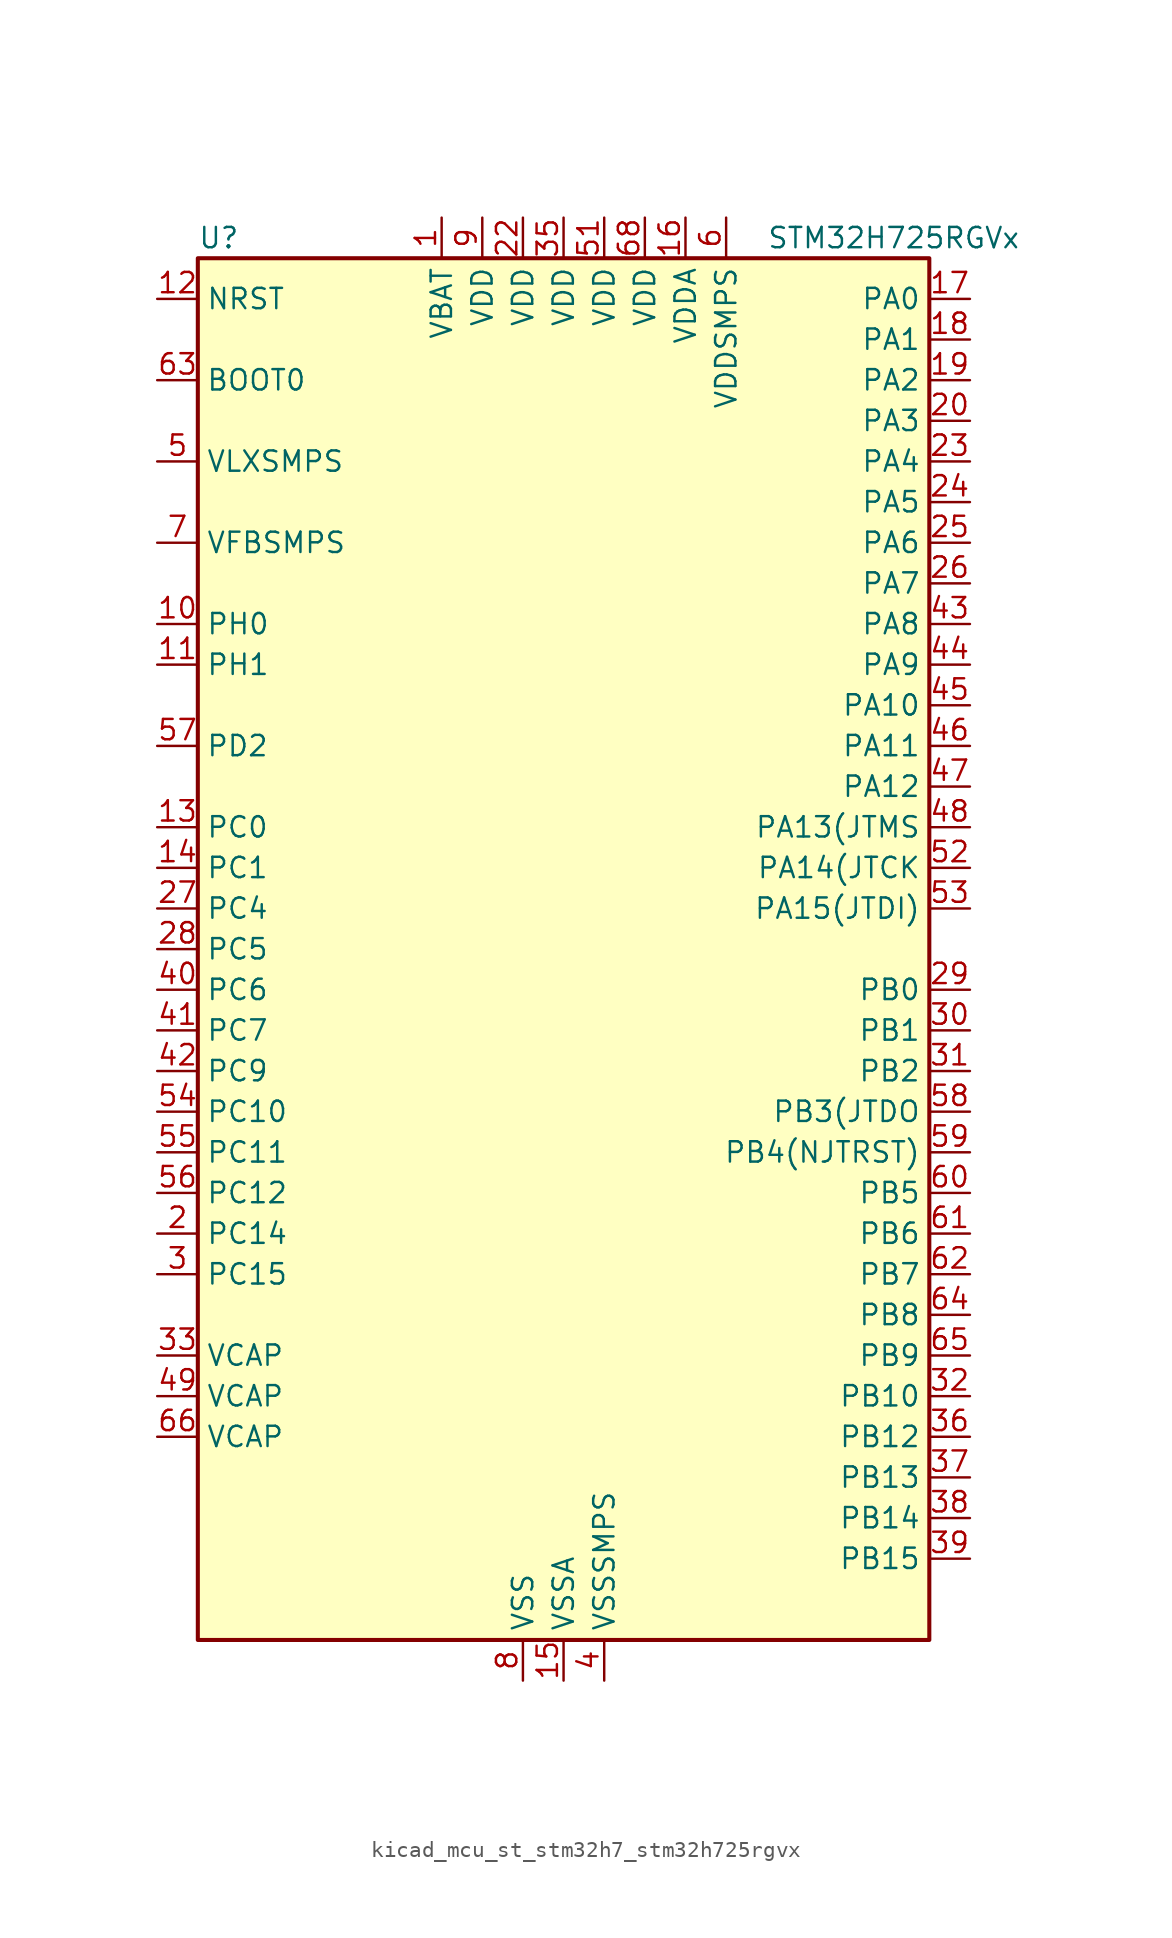
<source format=kicad_sym>
(kicad_symbol_lib
  (version 20220914)
  (generator kicad_symbol_editor)
  (symbol "kicad_mcu_st_stm32h7_stm32h725rgvx"
    (property "Reference" "U"
      (at -22.86 44.45 0)
      (effects (font (size 1.27 1.27)) (justify left)))
    (property "Value" "STM32H725RGVx"
      (at 12.7 44.45 0)
      (effects (font (size 1.27 1.27)) (justify left)))
    (property "ki_locked" ""
      (at 0 0 0)
      (effects (font (size 1.27 1.27))))
    (symbol "kicad_mcu_st_stm32h7_stm32h725rgvx_0_1"
      (rectangle (start -22.86 -43.18) (end 22.86 43.18) (stroke (width 0.254) (type default)) (fill (type background))))
    (symbol "kicad_mcu_st_stm32h7_stm32h725rgvx_1_1"
      (pin power_in line (at -7.62 45.72 270) (length 2.54) (name "VBAT" (effects (font (size 1.27 1.27)))) (number "1" (effects (font (size 1.27 1.27)))))
      (pin bidirectional line (at -25.4 20.32 0) (length 2.54) (name "PH0" (effects (font (size 1.27 1.27)))) (number "10" (effects (font (size 1.27 1.27)))) (alternate "RCC_OSC_IN" bidirectional line))
      (pin bidirectional line (at -25.4 17.78 0) (length 2.54) (name "PH1" (effects (font (size 1.27 1.27)))) (number "11" (effects (font (size 1.27 1.27)))) (alternate "RCC_OSC_OUT" bidirectional line))
      (pin input line (at -25.4 40.64 0) (length 2.54) (name "NRST" (effects (font (size 1.27 1.27)))) (number "12" (effects (font (size 1.27 1.27)))))
      (pin bidirectional line (at -25.4 7.62 0) (length 2.54) (name "PC0" (effects (font (size 1.27 1.27)))) (number "13" (effects (font (size 1.27 1.27)))) (alternate "ADC1_INP10" bidirectional line) (alternate "ADC2_INP10" bidirectional line) (alternate "ADC3_INP10" bidirectional line) (alternate "DFSDM1_CKIN0" bidirectional line) (alternate "DFSDM1_DATIN4" bidirectional line) (alternate "LTDC_G2" bidirectional line) (alternate "LTDC_R5" bidirectional line) (alternate "SAI4_FS_B" bidirectional line) (alternate "USB_OTG_HS_ULPI_STP" bidirectional line))
      (pin bidirectional line (at -25.4 5.08 0) (length 2.54) (name "PC1" (effects (font (size 1.27 1.27)))) (number "14" (effects (font (size 1.27 1.27)))) (alternate "ADC1_INN10" bidirectional line) (alternate "ADC1_INP11" bidirectional line) (alternate "ADC2_INN10" bidirectional line) (alternate "ADC2_INP11" bidirectional line) (alternate "ADC3_INN10" bidirectional line) (alternate "ADC3_INP11" bidirectional line) (alternate "DEBUG_TRACED0" bidirectional line) (alternate "DFSDM1_CKIN4" bidirectional line) (alternate "DFSDM1_DATIN0" bidirectional line) (alternate "I2S2_SDO" bidirectional line) (alternate "LTDC_G5" bidirectional line) (alternate "MDIOS_MDC" bidirectional line) (alternate "OCTOSPIM_P1_IO4" bidirectional line) (alternate "PWR_WKUP6" bidirectional line) (alternate "RTC_TAMP3" bidirectional line) (alternate "SAI4_D1" bidirectional line) (alternate "SAI4_SD_A" bidirectional line) (alternate "SDMMC2_CK" bidirectional line) (alternate "SPI2_MOSI" bidirectional line))
      (pin power_in line (at 0 -45.72 90) (length 2.54) (name "VSSA" (effects (font (size 1.27 1.27)))) (number "15" (effects (font (size 1.27 1.27)))))
      (pin power_in line (at 7.62 45.72 270) (length 2.54) (name "VDDA" (effects (font (size 1.27 1.27)))) (number "16" (effects (font (size 1.27 1.27)))))
      (pin bidirectional line (at 25.4 40.64 180) (length 2.54) (name "PA0" (effects (font (size 1.27 1.27)))) (number "17" (effects (font (size 1.27 1.27)))) (alternate "ADC1_INP16" bidirectional line) (alternate "I2S6_WS" bidirectional line) (alternate "PWR_WKUP1" bidirectional line) (alternate "SAI4_SD_B" bidirectional line) (alternate "SDMMC2_CMD" bidirectional line) (alternate "SPI6_NSS" bidirectional line) (alternate "TIM15_BKIN" bidirectional line) (alternate "TIM2_CH1" bidirectional line) (alternate "TIM2_ETR" bidirectional line) (alternate "TIM5_CH1" bidirectional line) (alternate "TIM8_ETR" bidirectional line) (alternate "UART4_TX" bidirectional line) (alternate "USART2_CTS" bidirectional line) (alternate "USART2_NSS" bidirectional line))
      (pin bidirectional line (at 25.4 38.1 180) (length 2.54) (name "PA1" (effects (font (size 1.27 1.27)))) (number "18" (effects (font (size 1.27 1.27)))) (alternate "ADC1_INN16" bidirectional line) (alternate "ADC1_INP17" bidirectional line) (alternate "LPTIM3_OUT" bidirectional line) (alternate "LTDC_R2" bidirectional line) (alternate "OCTOSPIM_P1_DQS" bidirectional line) (alternate "OCTOSPIM_P1_IO3" bidirectional line) (alternate "SAI4_MCLK_B" bidirectional line) (alternate "TIM15_CH1N" bidirectional line) (alternate "TIM2_CH2" bidirectional line) (alternate "TIM5_CH2" bidirectional line) (alternate "UART4_RX" bidirectional line) (alternate "USART2_DE" bidirectional line) (alternate "USART2_RTS" bidirectional line))
      (pin bidirectional line (at 25.4 35.56 180) (length 2.54) (name "PA2" (effects (font (size 1.27 1.27)))) (number "19" (effects (font (size 1.27 1.27)))) (alternate "ADC1_INP14" bidirectional line) (alternate "ADC2_INP14" bidirectional line) (alternate "LPTIM4_OUT" bidirectional line) (alternate "LTDC_R1" bidirectional line) (alternate "MDIOS_MDIO" bidirectional line) (alternate "OCTOSPIM_P1_IO0" bidirectional line) (alternate "PWR_WKUP2" bidirectional line) (alternate "SAI4_SCK_B" bidirectional line) (alternate "TIM15_CH1" bidirectional line) (alternate "TIM2_CH3" bidirectional line) (alternate "TIM5_CH3" bidirectional line) (alternate "USART2_TX" bidirectional line))
      (pin bidirectional line (at -25.4 -17.78 0) (length 2.54) (name "PC14" (effects (font (size 1.27 1.27)))) (number "2" (effects (font (size 1.27 1.27)))) (alternate "RCC_OSC32_IN" bidirectional line))
      (pin bidirectional line (at 25.4 33.02 180) (length 2.54) (name "PA3" (effects (font (size 1.27 1.27)))) (number "20" (effects (font (size 1.27 1.27)))) (alternate "ADC1_INP15" bidirectional line) (alternate "ADC2_INP15" bidirectional line) (alternate "I2S6_MCK" bidirectional line) (alternate "LPTIM5_OUT" bidirectional line) (alternate "LTDC_B2" bidirectional line) (alternate "LTDC_B5" bidirectional line) (alternate "OCTOSPIM_P1_CLK" bidirectional line) (alternate "OCTOSPIM_P1_IO2" bidirectional line) (alternate "TIM15_CH2" bidirectional line) (alternate "TIM2_CH4" bidirectional line) (alternate "TIM5_CH4" bidirectional line) (alternate "USART2_RX" bidirectional line) (alternate "USB_OTG_HS_ULPI_D0" bidirectional line))
      (pin passive line (at -2.54 -45.72 90) (length 2.54) hide (name "VSS" (effects (font (size 1.27 1.27)))) (number "21" (effects (font (size 1.27 1.27)))))
      (pin power_in line (at -2.54 45.72 270) (length 2.54) (name "VDD" (effects (font (size 1.27 1.27)))) (number "22" (effects (font (size 1.27 1.27)))))
      (pin bidirectional line (at 25.4 30.48 180) (length 2.54) (name "PA4" (effects (font (size 1.27 1.27)))) (number "23" (effects (font (size 1.27 1.27)))) (alternate "ADC1_INP18" bidirectional line) (alternate "ADC2_INP18" bidirectional line) (alternate "DAC1_OUT1" bidirectional line) (alternate "DCMI_HSYNC" bidirectional line) (alternate "I2S1_WS" bidirectional line) (alternate "I2S3_WS" bidirectional line) (alternate "I2S6_WS" bidirectional line) (alternate "LTDC_VSYNC" bidirectional line) (alternate "PSSI_DE" bidirectional line) (alternate "SPI1_NSS" bidirectional line) (alternate "SPI3_NSS" bidirectional line) (alternate "SPI6_NSS" bidirectional line) (alternate "TIM5_ETR" bidirectional line) (alternate "USART2_CK" bidirectional line))
      (pin bidirectional line (at 25.4 27.94 180) (length 2.54) (name "PA5" (effects (font (size 1.27 1.27)))) (number "24" (effects (font (size 1.27 1.27)))) (alternate "ADC1_INN18" bidirectional line) (alternate "ADC1_INP19" bidirectional line) (alternate "ADC2_INN18" bidirectional line) (alternate "ADC2_INP19" bidirectional line) (alternate "DAC1_OUT2" bidirectional line) (alternate "I2S1_CK" bidirectional line) (alternate "I2S6_CK" bidirectional line) (alternate "LTDC_R4" bidirectional line) (alternate "PSSI_D14" bidirectional line) (alternate "PWR_NDSTOP2" bidirectional line) (alternate "SPI1_SCK" bidirectional line) (alternate "SPI6_SCK" bidirectional line) (alternate "TIM2_CH1" bidirectional line) (alternate "TIM2_ETR" bidirectional line) (alternate "TIM8_CH1N" bidirectional line) (alternate "USB_OTG_HS_ULPI_CK" bidirectional line))
      (pin bidirectional line (at 25.4 25.4 180) (length 2.54) (name "PA6" (effects (font (size 1.27 1.27)))) (number "25" (effects (font (size 1.27 1.27)))) (alternate "ADC1_INP3" bidirectional line) (alternate "ADC2_INP3" bidirectional line) (alternate "DCMI_PIXCLK" bidirectional line) (alternate "I2S1_SDI" bidirectional line) (alternate "I2S6_SDI" bidirectional line) (alternate "LTDC_G2" bidirectional line) (alternate "MDIOS_MDC" bidirectional line) (alternate "OCTOSPIM_P1_IO3" bidirectional line) (alternate "PSSI_PDCK" bidirectional line) (alternate "SPI1_MISO" bidirectional line) (alternate "SPI6_MISO" bidirectional line) (alternate "TIM13_CH1" bidirectional line) (alternate "TIM1_BKIN" bidirectional line) (alternate "TIM1_BKIN_COMP1" bidirectional line) (alternate "TIM1_BKIN_COMP2" bidirectional line) (alternate "TIM3_CH1" bidirectional line) (alternate "TIM8_BKIN" bidirectional line) (alternate "TIM8_BKIN_COMP1" bidirectional line) (alternate "TIM8_BKIN_COMP2" bidirectional line))
      (pin bidirectional line (at 25.4 22.86 180) (length 2.54) (name "PA7" (effects (font (size 1.27 1.27)))) (number "26" (effects (font (size 1.27 1.27)))) (alternate "ADC1_INN3" bidirectional line) (alternate "ADC1_INP7" bidirectional line) (alternate "ADC2_INN3" bidirectional line) (alternate "ADC2_INP7" bidirectional line) (alternate "I2S1_SDO" bidirectional line) (alternate "I2S6_SDO" bidirectional line) (alternate "LTDC_VSYNC" bidirectional line) (alternate "OCTOSPIM_P1_IO2" bidirectional line) (alternate "OPAMP1_VINM" bidirectional line) (alternate "SPI1_MOSI" bidirectional line) (alternate "SPI6_MOSI" bidirectional line) (alternate "TIM14_CH1" bidirectional line) (alternate "TIM1_CH1N" bidirectional line) (alternate "TIM3_CH2" bidirectional line) (alternate "TIM8_CH1N" bidirectional line))
      (pin bidirectional line (at -25.4 2.54 0) (length 2.54) (name "PC4" (effects (font (size 1.27 1.27)))) (number "27" (effects (font (size 1.27 1.27)))) (alternate "ADC1_INP4" bidirectional line) (alternate "ADC2_INP4" bidirectional line) (alternate "COMP1_INM" bidirectional line) (alternate "DFSDM1_CKIN2" bidirectional line) (alternate "I2S1_MCK" bidirectional line) (alternate "LTDC_R7" bidirectional line) (alternate "OPAMP1_VOUT" bidirectional line) (alternate "SDMMC2_CKIN" bidirectional line) (alternate "SPDIFRX1_IN2" bidirectional line))
      (pin bidirectional line (at -25.4 0 0) (length 2.54) (name "PC5" (effects (font (size 1.27 1.27)))) (number "28" (effects (font (size 1.27 1.27)))) (alternate "ADC1_INN4" bidirectional line) (alternate "ADC1_INP8" bidirectional line) (alternate "ADC2_INN4" bidirectional line) (alternate "ADC2_INP8" bidirectional line) (alternate "COMP1_OUT" bidirectional line) (alternate "DFSDM1_DATIN2" bidirectional line) (alternate "LTDC_DE" bidirectional line) (alternate "OCTOSPIM_P1_DQS" bidirectional line) (alternate "OPAMP1_VINM" bidirectional line) (alternate "PSSI_D15" bidirectional line) (alternate "SAI4_D3" bidirectional line) (alternate "SPDIFRX1_IN3" bidirectional line))
      (pin bidirectional line (at 25.4 -2.54 180) (length 2.54) (name "PB0" (effects (font (size 1.27 1.27)))) (number "29" (effects (font (size 1.27 1.27)))) (alternate "ADC1_INN5" bidirectional line) (alternate "ADC1_INP9" bidirectional line) (alternate "ADC2_INN5" bidirectional line) (alternate "ADC2_INP9" bidirectional line) (alternate "COMP1_INP" bidirectional line) (alternate "DFSDM1_CKOUT" bidirectional line) (alternate "LTDC_G1" bidirectional line) (alternate "LTDC_R3" bidirectional line) (alternate "OCTOSPIM_P1_IO1" bidirectional line) (alternate "OPAMP1_VINP" bidirectional line) (alternate "TIM1_CH2N" bidirectional line) (alternate "TIM3_CH3" bidirectional line) (alternate "TIM8_CH2N" bidirectional line) (alternate "UART4_CTS" bidirectional line) (alternate "USB_OTG_HS_ULPI_D1" bidirectional line))
      (pin bidirectional line (at -25.4 -20.32 0) (length 2.54) (name "PC15" (effects (font (size 1.27 1.27)))) (number "3" (effects (font (size 1.27 1.27)))) (alternate "ADC1_EXTI15" bidirectional line) (alternate "ADC2_EXTI15" bidirectional line) (alternate "ADC3_EXTI15" bidirectional line) (alternate "RCC_OSC32_OUT" bidirectional line))
      (pin bidirectional line (at 25.4 -5.08 180) (length 2.54) (name "PB1" (effects (font (size 1.27 1.27)))) (number "30" (effects (font (size 1.27 1.27)))) (alternate "ADC1_INP5" bidirectional line) (alternate "ADC2_INP5" bidirectional line) (alternate "COMP1_INM" bidirectional line) (alternate "DFSDM1_DATIN1" bidirectional line) (alternate "LTDC_G0" bidirectional line) (alternate "LTDC_R6" bidirectional line) (alternate "OCTOSPIM_P1_IO0" bidirectional line) (alternate "TIM1_CH3N" bidirectional line) (alternate "TIM3_CH4" bidirectional line) (alternate "TIM8_CH3N" bidirectional line) (alternate "USB_OTG_HS_ULPI_D2" bidirectional line))
      (pin bidirectional line (at 25.4 -7.62 180) (length 2.54) (name "PB2" (effects (font (size 1.27 1.27)))) (number "31" (effects (font (size 1.27 1.27)))) (alternate "COMP1_INP" bidirectional line) (alternate "DFSDM1_CKIN1" bidirectional line) (alternate "I2S3_SDO" bidirectional line) (alternate "OCTOSPIM_P1_CLK" bidirectional line) (alternate "OCTOSPIM_P1_DQS" bidirectional line) (alternate "RTC_OUT_ALARM" bidirectional line) (alternate "RTC_OUT_CALIB" bidirectional line) (alternate "SAI4_D1" bidirectional line) (alternate "SAI4_SD_A" bidirectional line) (alternate "SPI3_MOSI" bidirectional line) (alternate "TIM23_ETR" bidirectional line))
      (pin bidirectional line (at 25.4 -27.94 180) (length 2.54) (name "PB10" (effects (font (size 1.27 1.27)))) (number "32" (effects (font (size 1.27 1.27)))) (alternate "DFSDM1_DATIN7" bidirectional line) (alternate "I2C2_SCL" bidirectional line) (alternate "I2S2_CK" bidirectional line) (alternate "LPTIM2_IN1" bidirectional line) (alternate "LTDC_G4" bidirectional line) (alternate "OCTOSPIM_P1_NCS" bidirectional line) (alternate "SPI2_SCK" bidirectional line) (alternate "TIM2_CH3" bidirectional line) (alternate "USART3_TX" bidirectional line) (alternate "USB_OTG_HS_ULPI_D3" bidirectional line))
      (pin power_out line (at -25.4 -25.4 0) (length 2.54) (name "VCAP" (effects (font (size 1.27 1.27)))) (number "33" (effects (font (size 1.27 1.27)))))
      (pin passive line (at -2.54 -45.72 90) (length 2.54) hide (name "VSS" (effects (font (size 1.27 1.27)))) (number "34" (effects (font (size 1.27 1.27)))))
      (pin power_in line (at 0 45.72 270) (length 2.54) (name "VDD" (effects (font (size 1.27 1.27)))) (number "35" (effects (font (size 1.27 1.27)))))
      (pin bidirectional line (at 25.4 -30.48 180) (length 2.54) (name "PB12" (effects (font (size 1.27 1.27)))) (number "36" (effects (font (size 1.27 1.27)))) (alternate "DFSDM1_DATIN1" bidirectional line) (alternate "FDCAN2_RX" bidirectional line) (alternate "I2C2_SMBA" bidirectional line) (alternate "I2S2_WS" bidirectional line) (alternate "OCTOSPIM_P1_IO0" bidirectional line) (alternate "OCTOSPIM_P1_NCLK" bidirectional line) (alternate "SPI2_NSS" bidirectional line) (alternate "TIM1_BKIN" bidirectional line) (alternate "TIM1_BKIN_COMP1" bidirectional line) (alternate "TIM1_BKIN_COMP2" bidirectional line) (alternate "UART5_RX" bidirectional line) (alternate "USART3_CK" bidirectional line) (alternate "USB_OTG_HS_ULPI_D5" bidirectional line))
      (pin bidirectional line (at 25.4 -33.02 180) (length 2.54) (name "PB13" (effects (font (size 1.27 1.27)))) (number "37" (effects (font (size 1.27 1.27)))) (alternate "DCMI_D2" bidirectional line) (alternate "DFSDM1_CKIN1" bidirectional line) (alternate "FDCAN2_TX" bidirectional line) (alternate "I2S2_CK" bidirectional line) (alternate "LPTIM2_OUT" bidirectional line) (alternate "OCTOSPIM_P1_IO2" bidirectional line) (alternate "PSSI_D2" bidirectional line) (alternate "SDMMC1_D0" bidirectional line) (alternate "SPI2_SCK" bidirectional line) (alternate "TIM1_CH1N" bidirectional line) (alternate "UART5_TX" bidirectional line) (alternate "USART3_CTS" bidirectional line) (alternate "USART3_NSS" bidirectional line) (alternate "USB_OTG_HS_ULPI_D6" bidirectional line))
      (pin bidirectional line (at 25.4 -35.56 180) (length 2.54) (name "PB14" (effects (font (size 1.27 1.27)))) (number "38" (effects (font (size 1.27 1.27)))) (alternate "DFSDM1_DATIN2" bidirectional line) (alternate "I2S2_SDI" bidirectional line) (alternate "LTDC_CLK" bidirectional line) (alternate "SDMMC2_D0" bidirectional line) (alternate "SPI2_MISO" bidirectional line) (alternate "TIM12_CH1" bidirectional line) (alternate "TIM1_CH2N" bidirectional line) (alternate "TIM8_CH2N" bidirectional line) (alternate "UART4_DE" bidirectional line) (alternate "UART4_RTS" bidirectional line) (alternate "USART1_TX" bidirectional line) (alternate "USART3_DE" bidirectional line) (alternate "USART3_RTS" bidirectional line))
      (pin bidirectional line (at 25.4 -38.1 180) (length 2.54) (name "PB15" (effects (font (size 1.27 1.27)))) (number "39" (effects (font (size 1.27 1.27)))) (alternate "ADC1_EXTI15" bidirectional line) (alternate "ADC2_EXTI15" bidirectional line) (alternate "ADC3_EXTI15" bidirectional line) (alternate "DFSDM1_CKIN2" bidirectional line) (alternate "I2S2_SDO" bidirectional line) (alternate "LTDC_G7" bidirectional line) (alternate "RTC_REFIN" bidirectional line) (alternate "SDMMC2_D1" bidirectional line) (alternate "SPI2_MOSI" bidirectional line) (alternate "TIM12_CH2" bidirectional line) (alternate "TIM1_CH3N" bidirectional line) (alternate "TIM8_CH3N" bidirectional line) (alternate "UART4_CTS" bidirectional line) (alternate "USART1_RX" bidirectional line))
      (pin power_in line (at 2.54 -45.72 90) (length 2.54) (name "VSSSMPS" (effects (font (size 1.27 1.27)))) (number "4" (effects (font (size 1.27 1.27)))))
      (pin bidirectional line (at -25.4 -2.54 0) (length 2.54) (name "PC6" (effects (font (size 1.27 1.27)))) (number "40" (effects (font (size 1.27 1.27)))) (alternate "DCMI_D0" bidirectional line) (alternate "DFSDM1_CKIN3" bidirectional line) (alternate "I2S2_MCK" bidirectional line) (alternate "LTDC_HSYNC" bidirectional line) (alternate "PSSI_D0" bidirectional line) (alternate "SDMMC1_D0DIR" bidirectional line) (alternate "SDMMC1_D6" bidirectional line) (alternate "SDMMC2_D6" bidirectional line) (alternate "SWPMI1_IO" bidirectional line) (alternate "TIM3_CH1" bidirectional line) (alternate "TIM8_CH1" bidirectional line))
      (pin bidirectional line (at -25.4 -5.08 0) (length 2.54) (name "PC7" (effects (font (size 1.27 1.27)))) (number "41" (effects (font (size 1.27 1.27)))) (alternate "DCMI_D1" bidirectional line) (alternate "DEBUG_TRGIO" bidirectional line) (alternate "DFSDM1_DATIN3" bidirectional line) (alternate "I2S3_MCK" bidirectional line) (alternate "LTDC_G6" bidirectional line) (alternate "PSSI_D1" bidirectional line) (alternate "SDMMC1_D123DIR" bidirectional line) (alternate "SDMMC1_D7" bidirectional line) (alternate "SDMMC2_D7" bidirectional line) (alternate "SWPMI1_TX" bidirectional line) (alternate "TIM3_CH2" bidirectional line) (alternate "TIM8_CH2" bidirectional line))
      (pin bidirectional line (at -25.4 -7.62 0) (length 2.54) (name "PC9" (effects (font (size 1.27 1.27)))) (number "42" (effects (font (size 1.27 1.27)))) (alternate "DAC1_EXTI9" bidirectional line) (alternate "DCMI_D3" bidirectional line) (alternate "I2C3_SDA" bidirectional line) (alternate "I2S_CKIN" bidirectional line) (alternate "LTDC_B2" bidirectional line) (alternate "LTDC_G3" bidirectional line) (alternate "OCTOSPIM_P1_IO0" bidirectional line) (alternate "PSSI_D3" bidirectional line) (alternate "RCC_MCO_2" bidirectional line) (alternate "SDMMC1_D1" bidirectional line) (alternate "SWPMI1_SUSPEND" bidirectional line) (alternate "TIM3_CH4" bidirectional line) (alternate "TIM8_CH4" bidirectional line) (alternate "UART5_CTS" bidirectional line))
      (pin bidirectional line (at 25.4 20.32 180) (length 2.54) (name "PA8" (effects (font (size 1.27 1.27)))) (number "43" (effects (font (size 1.27 1.27)))) (alternate "I2C3_SCL" bidirectional line) (alternate "LTDC_B3" bidirectional line) (alternate "LTDC_R6" bidirectional line) (alternate "RCC_MCO_1" bidirectional line) (alternate "TIM1_CH1" bidirectional line) (alternate "TIM8_BKIN2" bidirectional line) (alternate "TIM8_BKIN2_COMP1" bidirectional line) (alternate "TIM8_BKIN2_COMP2" bidirectional line) (alternate "UART7_RX" bidirectional line) (alternate "USART1_CK" bidirectional line) (alternate "USB_OTG_HS_SOF" bidirectional line))
      (pin bidirectional line (at 25.4 17.78 180) (length 2.54) (name "PA9" (effects (font (size 1.27 1.27)))) (number "44" (effects (font (size 1.27 1.27)))) (alternate "DAC1_EXTI9" bidirectional line) (alternate "DCMI_D0" bidirectional line) (alternate "I2C3_SMBA" bidirectional line) (alternate "I2S2_CK" bidirectional line) (alternate "LPUART1_TX" bidirectional line) (alternate "LTDC_R5" bidirectional line) (alternate "PSSI_D0" bidirectional line) (alternate "SPI2_SCK" bidirectional line) (alternate "TIM1_CH2" bidirectional line) (alternate "USART1_TX" bidirectional line) (alternate "USB_OTG_HS_VBUS" bidirectional line))
      (pin bidirectional line (at 25.4 15.24 180) (length 2.54) (name "PA10" (effects (font (size 1.27 1.27)))) (number "45" (effects (font (size 1.27 1.27)))) (alternate "DCMI_D1" bidirectional line) (alternate "LPUART1_RX" bidirectional line) (alternate "LTDC_B1" bidirectional line) (alternate "LTDC_B4" bidirectional line) (alternate "MDIOS_MDIO" bidirectional line) (alternate "PSSI_D1" bidirectional line) (alternate "TIM1_CH3" bidirectional line) (alternate "USART1_RX" bidirectional line) (alternate "USB_OTG_HS_ID" bidirectional line))
      (pin bidirectional line (at 25.4 12.7 180) (length 2.54) (name "PA11" (effects (font (size 1.27 1.27)))) (number "46" (effects (font (size 1.27 1.27)))) (alternate "ADC1_EXTI11" bidirectional line) (alternate "ADC2_EXTI11" bidirectional line) (alternate "ADC3_EXTI11" bidirectional line) (alternate "FDCAN1_RX" bidirectional line) (alternate "I2S2_WS" bidirectional line) (alternate "LPUART1_CTS" bidirectional line) (alternate "LTDC_R4" bidirectional line) (alternate "SPI2_NSS" bidirectional line) (alternate "TIM1_CH4" bidirectional line) (alternate "UART4_RX" bidirectional line) (alternate "USART1_CTS" bidirectional line) (alternate "USART1_NSS" bidirectional line) (alternate "USB_OTG_HS_DM" bidirectional line))
      (pin bidirectional line (at 25.4 10.16 180) (length 2.54) (name "PA12" (effects (font (size 1.27 1.27)))) (number "47" (effects (font (size 1.27 1.27)))) (alternate "FDCAN1_TX" bidirectional line) (alternate "I2S2_CK" bidirectional line) (alternate "LPUART1_DE" bidirectional line) (alternate "LPUART1_RTS" bidirectional line) (alternate "LTDC_R5" bidirectional line) (alternate "SAI4_FS_B" bidirectional line) (alternate "SPI2_SCK" bidirectional line) (alternate "TIM1_BKIN2" bidirectional line) (alternate "TIM1_ETR" bidirectional line) (alternate "UART4_TX" bidirectional line) (alternate "USART1_DE" bidirectional line) (alternate "USART1_RTS" bidirectional line) (alternate "USB_OTG_HS_DP" bidirectional line))
      (pin bidirectional line (at 25.4 7.62 180) (length 2.54) (name "PA13(JTMS" (effects (font (size 1.27 1.27)))) (number "48" (effects (font (size 1.27 1.27)))) (alternate "DEBUG_JTMS-SWDIO" bidirectional line))
      (pin power_out line (at -25.4 -27.94 0) (length 2.54) (name "VCAP" (effects (font (size 1.27 1.27)))) (number "49" (effects (font (size 1.27 1.27)))))
      (pin power_in line (at -25.4 30.48 0) (length 2.54) (name "VLXSMPS" (effects (font (size 1.27 1.27)))) (number "5" (effects (font (size 1.27 1.27)))))
      (pin passive line (at -2.54 -45.72 90) (length 2.54) hide (name "VSS" (effects (font (size 1.27 1.27)))) (number "50" (effects (font (size 1.27 1.27)))))
      (pin power_in line (at 2.54 45.72 270) (length 2.54) (name "VDD" (effects (font (size 1.27 1.27)))) (number "51" (effects (font (size 1.27 1.27)))))
      (pin bidirectional line (at 25.4 5.08 180) (length 2.54) (name "PA14(JTCK" (effects (font (size 1.27 1.27)))) (number "52" (effects (font (size 1.27 1.27)))) (alternate "DEBUG_JTCK-SWCLK" bidirectional line))
      (pin bidirectional line (at 25.4 2.54 180) (length 2.54) (name "PA15(JTDI)" (effects (font (size 1.27 1.27)))) (number "53" (effects (font (size 1.27 1.27)))) (alternate "ADC1_EXTI15" bidirectional line) (alternate "ADC2_EXTI15" bidirectional line) (alternate "ADC3_EXTI15" bidirectional line) (alternate "CEC" bidirectional line) (alternate "DEBUG_JTDI" bidirectional line) (alternate "I2S1_WS" bidirectional line) (alternate "I2S3_WS" bidirectional line) (alternate "I2S6_WS" bidirectional line) (alternate "LTDC_B6" bidirectional line) (alternate "LTDC_R3" bidirectional line) (alternate "SPI1_NSS" bidirectional line) (alternate "SPI3_NSS" bidirectional line) (alternate "SPI6_NSS" bidirectional line) (alternate "TIM2_CH1" bidirectional line) (alternate "TIM2_ETR" bidirectional line) (alternate "UART4_DE" bidirectional line) (alternate "UART4_RTS" bidirectional line) (alternate "UART7_TX" bidirectional line))
      (pin bidirectional line (at -25.4 -10.16 0) (length 2.54) (name "PC10" (effects (font (size 1.27 1.27)))) (number "54" (effects (font (size 1.27 1.27)))) (alternate "DCMI_D8" bidirectional line) (alternate "DFSDM1_CKIN5" bidirectional line) (alternate "I2S3_CK" bidirectional line) (alternate "LTDC_B1" bidirectional line) (alternate "LTDC_R2" bidirectional line) (alternate "OCTOSPIM_P1_IO1" bidirectional line) (alternate "PSSI_D8" bidirectional line) (alternate "SDMMC1_D2" bidirectional line) (alternate "SPI3_SCK" bidirectional line) (alternate "SWPMI1_RX" bidirectional line) (alternate "UART4_TX" bidirectional line) (alternate "USART3_TX" bidirectional line))
      (pin bidirectional line (at -25.4 -12.7 0) (length 2.54) (name "PC11" (effects (font (size 1.27 1.27)))) (number "55" (effects (font (size 1.27 1.27)))) (alternate "ADC1_EXTI11" bidirectional line) (alternate "ADC2_EXTI11" bidirectional line) (alternate "ADC3_EXTI11" bidirectional line) (alternate "DCMI_D4" bidirectional line) (alternate "DFSDM1_DATIN5" bidirectional line) (alternate "I2S3_SDI" bidirectional line) (alternate "LTDC_B4" bidirectional line) (alternate "OCTOSPIM_P1_NCS" bidirectional line) (alternate "PSSI_D4" bidirectional line) (alternate "SDMMC1_D3" bidirectional line) (alternate "SPI3_MISO" bidirectional line) (alternate "UART4_RX" bidirectional line) (alternate "USART3_RX" bidirectional line))
      (pin bidirectional line (at -25.4 -15.24 0) (length 2.54) (name "PC12" (effects (font (size 1.27 1.27)))) (number "56" (effects (font (size 1.27 1.27)))) (alternate "DCMI_D9" bidirectional line) (alternate "DEBUG_TRACED3" bidirectional line) (alternate "I2S3_SDO" bidirectional line) (alternate "I2S6_CK" bidirectional line) (alternate "LTDC_R6" bidirectional line) (alternate "PSSI_D9" bidirectional line) (alternate "SDMMC1_CK" bidirectional line) (alternate "SPI3_MOSI" bidirectional line) (alternate "SPI6_SCK" bidirectional line) (alternate "TIM15_CH1" bidirectional line) (alternate "UART5_TX" bidirectional line) (alternate "USART3_CK" bidirectional line))
      (pin bidirectional line (at -25.4 12.7 0) (length 2.54) (name "PD2" (effects (font (size 1.27 1.27)))) (number "57" (effects (font (size 1.27 1.27)))) (alternate "DCMI_D11" bidirectional line) (alternate "DEBUG_TRACED2" bidirectional line) (alternate "LTDC_B2" bidirectional line) (alternate "LTDC_B7" bidirectional line) (alternate "PSSI_D11" bidirectional line) (alternate "SDMMC1_CMD" bidirectional line) (alternate "TIM15_BKIN" bidirectional line) (alternate "TIM3_ETR" bidirectional line) (alternate "UART5_RX" bidirectional line))
      (pin bidirectional line (at 25.4 -10.16 180) (length 2.54) (name "PB3(JTDO" (effects (font (size 1.27 1.27)))) (number "58" (effects (font (size 1.27 1.27)))) (alternate "CRS_SYNC" bidirectional line) (alternate "DEBUG_JTDO-SWO" bidirectional line) (alternate "I2S1_CK" bidirectional line) (alternate "I2S3_CK" bidirectional line) (alternate "I2S6_CK" bidirectional line) (alternate "SDMMC2_D2" bidirectional line) (alternate "SPI1_SCK" bidirectional line) (alternate "SPI3_SCK" bidirectional line) (alternate "SPI6_SCK" bidirectional line) (alternate "TIM24_ETR" bidirectional line) (alternate "TIM2_CH2" bidirectional line) (alternate "UART7_RX" bidirectional line))
      (pin bidirectional line (at 25.4 -12.7 180) (length 2.54) (name "PB4(NJTRST)" (effects (font (size 1.27 1.27)))) (number "59" (effects (font (size 1.27 1.27)))) (alternate "DEBUG_JTRST" bidirectional line) (alternate "I2S1_SDI" bidirectional line) (alternate "I2S2_WS" bidirectional line) (alternate "I2S3_SDI" bidirectional line) (alternate "I2S6_SDI" bidirectional line) (alternate "SDMMC2_D3" bidirectional line) (alternate "SPI1_MISO" bidirectional line) (alternate "SPI2_NSS" bidirectional line) (alternate "SPI3_MISO" bidirectional line) (alternate "SPI6_MISO" bidirectional line) (alternate "TIM16_BKIN" bidirectional line) (alternate "TIM3_CH1" bidirectional line) (alternate "UART7_TX" bidirectional line))
      (pin power_in line (at 10.16 45.72 270) (length 2.54) (name "VDDSMPS" (effects (font (size 1.27 1.27)))) (number "6" (effects (font (size 1.27 1.27)))))
      (pin bidirectional line (at 25.4 -15.24 180) (length 2.54) (name "PB5" (effects (font (size 1.27 1.27)))) (number "60" (effects (font (size 1.27 1.27)))) (alternate "DCMI_D10" bidirectional line) (alternate "FDCAN2_RX" bidirectional line) (alternate "I2C1_SMBA" bidirectional line) (alternate "I2C4_SMBA" bidirectional line) (alternate "I2S1_SDO" bidirectional line) (alternate "I2S3_SDO" bidirectional line) (alternate "I2S6_SDO" bidirectional line) (alternate "LTDC_B5" bidirectional line) (alternate "PSSI_D10" bidirectional line) (alternate "SPI1_MOSI" bidirectional line) (alternate "SPI3_MOSI" bidirectional line) (alternate "SPI6_MOSI" bidirectional line) (alternate "TIM17_BKIN" bidirectional line) (alternate "TIM3_CH2" bidirectional line) (alternate "UART5_RX" bidirectional line) (alternate "USB_OTG_HS_ULPI_D7" bidirectional line))
      (pin bidirectional line (at 25.4 -17.78 180) (length 2.54) (name "PB6" (effects (font (size 1.27 1.27)))) (number "61" (effects (font (size 1.27 1.27)))) (alternate "CEC" bidirectional line) (alternate "DCMI_D5" bidirectional line) (alternate "DFSDM1_DATIN5" bidirectional line) (alternate "FDCAN2_TX" bidirectional line) (alternate "I2C1_SCL" bidirectional line) (alternate "I2C4_SCL" bidirectional line) (alternate "LPUART1_TX" bidirectional line) (alternate "OCTOSPIM_P1_NCS" bidirectional line) (alternate "PSSI_D5" bidirectional line) (alternate "TIM16_CH1N" bidirectional line) (alternate "TIM4_CH1" bidirectional line) (alternate "UART5_TX" bidirectional line) (alternate "USART1_TX" bidirectional line))
      (pin bidirectional line (at 25.4 -20.32 180) (length 2.54) (name "PB7" (effects (font (size 1.27 1.27)))) (number "62" (effects (font (size 1.27 1.27)))) (alternate "DCMI_VSYNC" bidirectional line) (alternate "DFSDM1_CKIN5" bidirectional line) (alternate "I2C1_SDA" bidirectional line) (alternate "I2C4_SDA" bidirectional line) (alternate "LPUART1_RX" bidirectional line) (alternate "PSSI_RDY" bidirectional line) (alternate "PWR_PVD_IN" bidirectional line) (alternate "TIM17_CH1N" bidirectional line) (alternate "TIM4_CH2" bidirectional line) (alternate "USART1_RX" bidirectional line))
      (pin input line (at -25.4 35.56 0) (length 2.54) (name "BOOT0" (effects (font (size 1.27 1.27)))) (number "63" (effects (font (size 1.27 1.27)))))
      (pin bidirectional line (at 25.4 -22.86 180) (length 2.54) (name "PB8" (effects (font (size 1.27 1.27)))) (number "64" (effects (font (size 1.27 1.27)))) (alternate "DCMI_D6" bidirectional line) (alternate "DFSDM1_CKIN7" bidirectional line) (alternate "FDCAN1_RX" bidirectional line) (alternate "I2C1_SCL" bidirectional line) (alternate "I2C4_SCL" bidirectional line) (alternate "LTDC_B6" bidirectional line) (alternate "PSSI_D6" bidirectional line) (alternate "SDMMC1_CKIN" bidirectional line) (alternate "SDMMC1_D4" bidirectional line) (alternate "SDMMC2_D4" bidirectional line) (alternate "TIM16_CH1" bidirectional line) (alternate "TIM4_CH3" bidirectional line) (alternate "UART4_RX" bidirectional line))
      (pin bidirectional line (at 25.4 -25.4 180) (length 2.54) (name "PB9" (effects (font (size 1.27 1.27)))) (number "65" (effects (font (size 1.27 1.27)))) (alternate "DAC1_EXTI9" bidirectional line) (alternate "DCMI_D7" bidirectional line) (alternate "DFSDM1_DATIN7" bidirectional line) (alternate "FDCAN1_TX" bidirectional line) (alternate "I2C1_SDA" bidirectional line) (alternate "I2C4_SDA" bidirectional line) (alternate "I2C4_SMBA" bidirectional line) (alternate "I2S2_WS" bidirectional line) (alternate "LTDC_B7" bidirectional line) (alternate "PSSI_D7" bidirectional line) (alternate "SDMMC1_CDIR" bidirectional line) (alternate "SDMMC1_D5" bidirectional line) (alternate "SDMMC2_D5" bidirectional line) (alternate "SPI2_NSS" bidirectional line) (alternate "TIM17_CH1" bidirectional line) (alternate "TIM4_CH4" bidirectional line) (alternate "UART4_TX" bidirectional line))
      (pin power_out line (at -25.4 -30.48 0) (length 2.54) (name "VCAP" (effects (font (size 1.27 1.27)))) (number "66" (effects (font (size 1.27 1.27)))))
      (pin passive line (at -2.54 -45.72 90) (length 2.54) hide (name "VSS" (effects (font (size 1.27 1.27)))) (number "67" (effects (font (size 1.27 1.27)))))
      (pin power_in line (at 5.08 45.72 270) (length 2.54) (name "VDD" (effects (font (size 1.27 1.27)))) (number "68" (effects (font (size 1.27 1.27)))))
      (pin passive line (at -2.54 -45.72 90) (length 2.54) hide (name "VSS" (effects (font (size 1.27 1.27)))) (number "69" (effects (font (size 1.27 1.27)))))
      (pin input line (at -25.4 25.4 0) (length 2.54) (name "VFBSMPS" (effects (font (size 1.27 1.27)))) (number "7" (effects (font (size 1.27 1.27)))))
      (pin power_in line (at -2.54 -45.72 90) (length 2.54) (name "VSS" (effects (font (size 1.27 1.27)))) (number "8" (effects (font (size 1.27 1.27)))))
      (pin power_in line (at -5.08 45.72 270) (length 2.54) (name "VDD" (effects (font (size 1.27 1.27)))) (number "9" (effects (font (size 1.27 1.27))))))))
</source>
